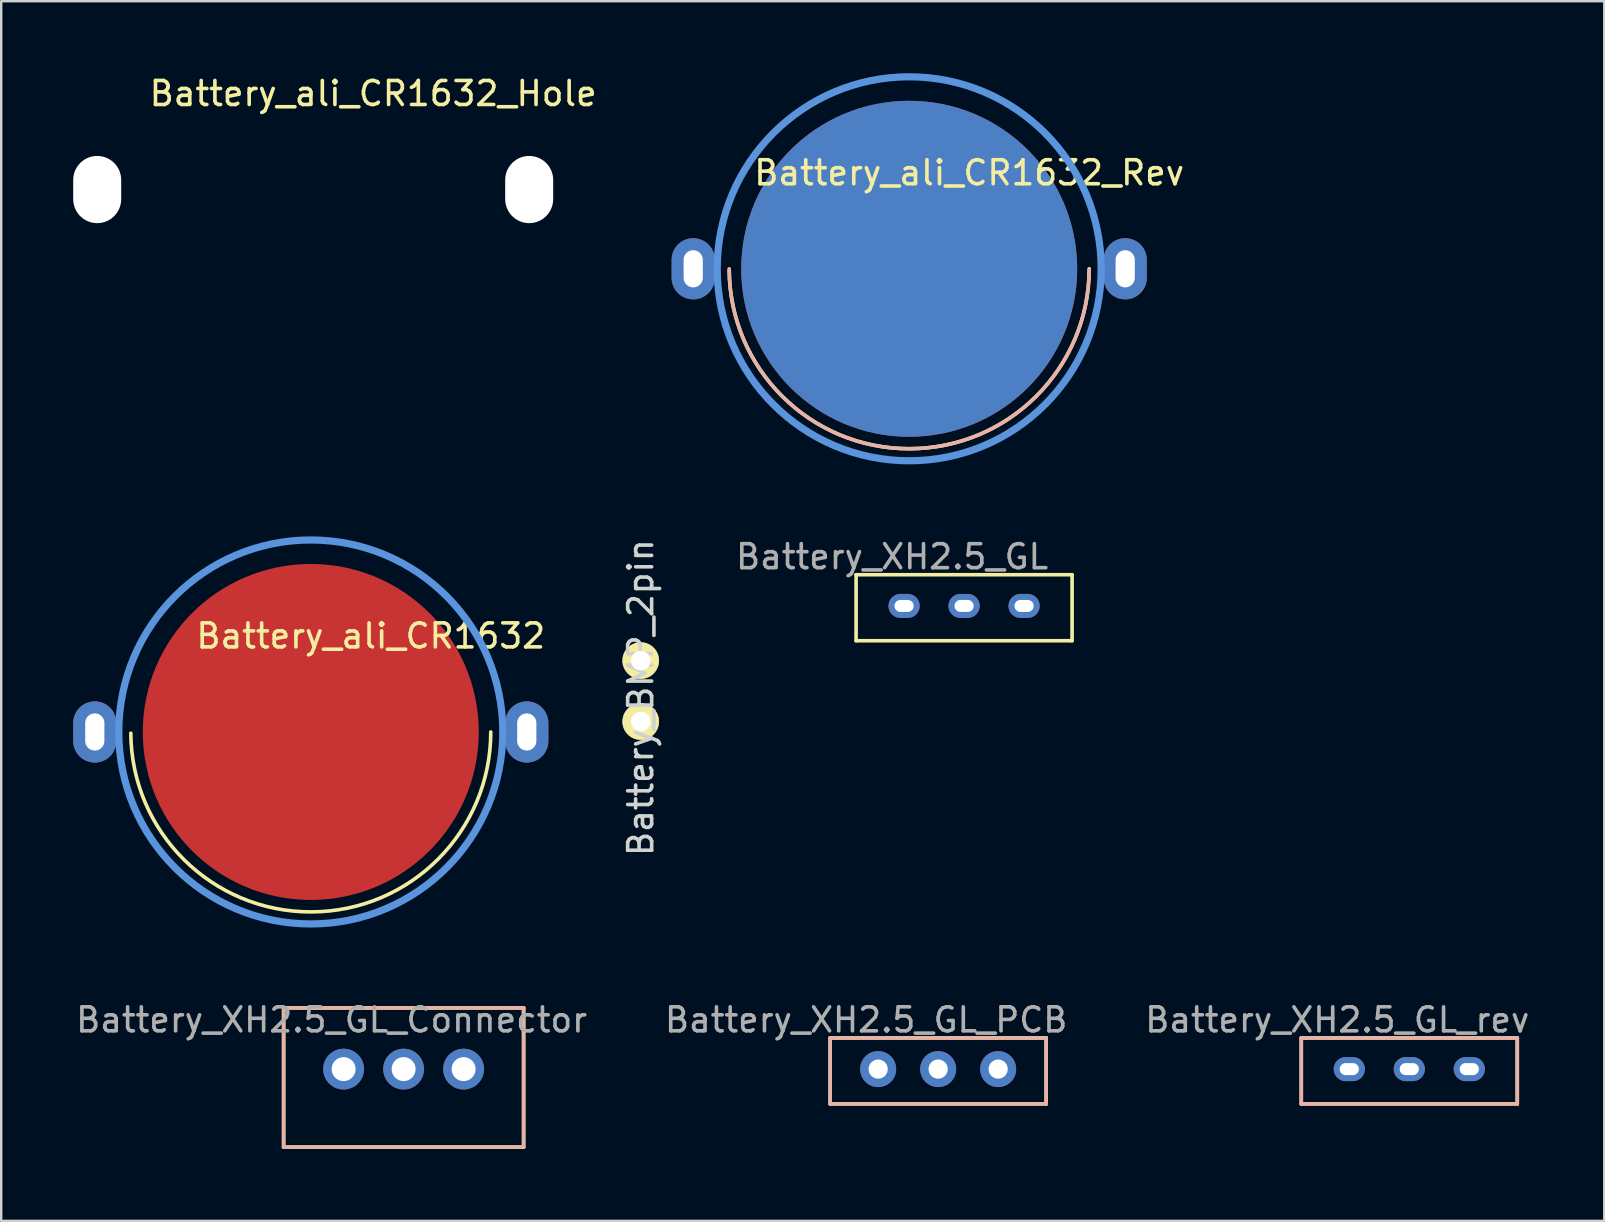
<source format=kicad_pcb>
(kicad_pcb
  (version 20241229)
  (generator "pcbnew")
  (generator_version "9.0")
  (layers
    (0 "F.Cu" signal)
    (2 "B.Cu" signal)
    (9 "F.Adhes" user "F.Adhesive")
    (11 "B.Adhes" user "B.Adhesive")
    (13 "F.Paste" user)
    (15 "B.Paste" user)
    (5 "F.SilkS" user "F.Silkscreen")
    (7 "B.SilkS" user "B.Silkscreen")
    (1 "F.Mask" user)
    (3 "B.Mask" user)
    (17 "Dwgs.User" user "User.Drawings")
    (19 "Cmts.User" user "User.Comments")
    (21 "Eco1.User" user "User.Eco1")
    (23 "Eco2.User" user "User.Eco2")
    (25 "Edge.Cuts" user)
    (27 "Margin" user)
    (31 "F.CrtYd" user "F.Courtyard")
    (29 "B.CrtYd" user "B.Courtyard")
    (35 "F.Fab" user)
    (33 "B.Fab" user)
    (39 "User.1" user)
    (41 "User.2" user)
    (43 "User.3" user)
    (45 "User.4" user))
  (footprint "Battery_ali_CR1632"
    (layer "F.Cu")
    (at 9.9 27.45)
    (property "Reference" "Battery_ali_CR1632" (at 2.5 -4 0) (layer "F.SilkS") (effects (font (size 1 1) (thickness 0.15))))
    (attr through_hole)
    (fp_arc (start 7.5 0) (mid 0.02618 7.499954) (end -7.499817 0.052359) (stroke (width 0.15) (type solid)) (layer "F.SilkS"))
    (fp_circle (center 0 0) (end 0 -8) (stroke (width 0.3) (type solid)) (fill no) (layer "Cmts.User"))
    (pad "1" thru_hole oval (at -9 0) (size 1.8 2.55) (drill oval 0.8 1.55) (layers "*.Cu" "*.Mask"))
    (pad "1" thru_hole oval (at 9 0) (size 1.8 2.55) (drill oval 0.8 1.55) (layers "*.Cu" "*.Mask"))
    (pad "2" smd circle (at 0 0) (size 14 14) (layers "F.Cu" "F.Mask")))
  (footprint "Battery_XH2.5_GL_PCB"
    (layer "F.Cu")
    (at 36.042 41.448)
    (property "Reference" "Battery_XH2.5_GL_PCB" (at -3 -2 0) (layer "F.Fab") (effects (font (size 1 1) (thickness 0.15))))
    (attr through_hole)
    (fp_line (start -4.5 -1.25) (end 4.5 -1.25) (stroke (width 0.15) (type solid)) (layer "F.SilkS"))
    (fp_line (start -4.5 1.5) (end -4.5 -1.25) (stroke (width 0.15) (type solid)) (layer "F.SilkS"))
    (fp_line (start 4.5 -1.25) (end 4.5 1.5) (stroke (width 0.15) (type solid)) (layer "F.SilkS"))
    (fp_line (start 4.5 1.5) (end -4.5 1.5) (stroke (width 0.15) (type solid)) (layer "F.SilkS"))
    (fp_line (start -4.5 -1.25) (end 4.5 -1.25) (stroke (width 0.15) (type solid)) (layer "B.SilkS"))
    (fp_line (start -4.5 1.5) (end -4.5 -1.25) (stroke (width 0.15) (type solid)) (layer "B.SilkS"))
    (fp_line (start 4.5 -1.25) (end 4.5 1.5) (stroke (width 0.15) (type solid)) (layer "B.SilkS"))
    (fp_line (start 4.5 1.5) (end -4.5 1.5) (stroke (width 0.15) (type solid)) (layer "B.SilkS"))
    (pad "1" thru_hole oval (at 0 0.05) (size 1.5 1.5) (drill oval 0.8) (layers "*.Cu" "*.Mask"))
    (pad "2" thru_hole oval (at -2.5 0.05) (size 1.5 1.5) (drill oval 0.8) (layers "*.Cu" "*.Mask"))
    (pad "2" thru_hole oval (at 2.5 0.05) (size 1.5 1.5) (drill oval 0.8) (layers "*.Cu" "*.Mask")))
  (footprint "Battery_ali_CR1632_Rev"
    (layer "F.Cu")
    (at 34.835 8.15)
    (property "Reference" "Battery_ali_CR1632_Rev" (at 2.5 -4 0) (layer "F.SilkS") (effects (font (size 1 1) (thickness 0.15))))
    (attr through_hole)
    (fp_arc (start 7.5 0) (mid 0.02618 7.499954) (end -7.499817 0.052359) (stroke (width 0.15) (type solid)) (layer "F.SilkS"))
    (fp_arc (start 7.499817 0.052359) (mid -0.02618 7.499954) (end -7.5 0) (stroke (width 0.15) (type solid)) (layer "B.SilkS"))
    (fp_circle (center 0 0) (end 0 -8) (stroke (width 0.3) (type solid)) (fill no) (layer "Cmts.User"))
    (pad "1" thru_hole oval (at -9 0) (size 1.8 2.55) (drill oval 0.8 1.55) (layers "*.Cu" "*.Mask"))
    (pad "1" thru_hole oval (at 9 0) (size 1.8 2.55) (drill oval 0.8 1.55) (layers "*.Cu" "*.Mask"))
    (pad "2" smd circle (at 0 0) (size 14 14) (layers "F.Cu" "F.Mask"))
    (pad "2" smd circle (at 0 0) (size 14 14) (layers "B.Cu" "B.Mask")))
  (footprint "Battery_XH2.5_GL"
    (layer "F.Cu")
    (at 37.122 22.148)
    (property "Reference" "Battery_XH2.5_GL" (at -3 -2 0) (layer "F.Fab") (effects (font (size 1 1) (thickness 0.15))))
    (attr through_hole)
    (fp_line (start -4.5 -1.25) (end 4.5 -1.25) (stroke (width 0.15) (type solid)) (layer "F.SilkS"))
    (fp_line (start -4.5 1.5) (end -4.5 -1.25) (stroke (width 0.15) (type solid)) (layer "F.SilkS"))
    (fp_line (start 4.5 -1.25) (end 4.5 1.5) (stroke (width 0.15) (type solid)) (layer "F.SilkS"))
    (fp_line (start 4.5 1.5) (end -4.5 1.5) (stroke (width 0.15) (type solid)) (layer "F.SilkS"))
    (pad "1" thru_hole oval (at 0 0.05) (size 1.3 1) (drill oval 0.8 0.5) (layers "*.Cu" "*.Mask"))
    (pad "2" thru_hole oval (at -2.5 0.05) (size 1.3 1) (drill oval 0.8 0.5) (layers "*.Cu" "*.Mask"))
    (pad "2" thru_hole oval (at 2.5 0.05) (size 1.3 1) (drill oval 0.8 0.5) (layers "*.Cu" "*.Mask")))
  (footprint "Battery_BMP_2pin"
    (layer "F.Cu")
    (at 23.648 26.02)
    (property "Reference" "Battery_BMP_2pin" (at 0 0 270) (layer "Edge.Cuts") (effects (font (size 1 1) (thickness 0.15))))
    (attr through_hole)
    (pad "1" thru_hole circle (at 0 -1.544) (size 1.524 1.524) (drill 0.813) (layers "*.Cu" "*.Mask" "F.SilkS"))
    (pad "2" thru_hole circle (at 0 0.996) (size 1.524 1.524) (drill 0.813) (layers "*.Cu" "*.Mask" "F.SilkS")))
  (footprint "Battery_XH2.5_GL_Connector"
    (layer "F.Cu")
    (at 13.768 41.448)
    (property "Reference" "Battery_XH2.5_GL_Connector" (at -3 -2 0) (layer "F.Fab") (effects (font (size 1 1) (thickness 0.15))))
    (attr through_hole)
    (fp_line (start -5 -2.5) (end 5 -2.5) (stroke (width 0.15) (type solid)) (layer "F.SilkS"))
    (fp_line (start -5 3.3) (end -5 -2.5) (stroke (width 0.15) (type solid)) (layer "F.SilkS"))
    (fp_line (start 5 -2.5) (end 5 3.3) (stroke (width 0.15) (type solid)) (layer "F.SilkS"))
    (fp_line (start 5 3.3) (end -5 3.3) (stroke (width 0.15) (type solid)) (layer "F.SilkS"))
    (fp_line (start -5 -2.5) (end 5 -2.5) (stroke (width 0.15) (type solid)) (layer "B.SilkS"))
    (fp_line (start -5 3.3) (end -5 -2.5) (stroke (width 0.15) (type solid)) (layer "B.SilkS"))
    (fp_line (start 5 -2.5) (end 5 3.3) (stroke (width 0.15) (type solid)) (layer "B.SilkS"))
    (fp_line (start 5 3.3) (end -5 3.3) (stroke (width 0.15) (type solid)) (layer "B.SilkS"))
    (pad "1" thru_hole oval (at 0 0.05) (size 1.7 1.7) (drill oval 1) (layers "*.Cu" "*.Mask"))
    (pad "2" thru_hole oval (at -2.5 0.05) (size 1.7 1.7) (drill oval 1) (layers "*.Cu" "*.Mask"))
    (pad "2" thru_hole oval (at 2.5 0.05) (size 1.7 1.7) (drill oval 1) (layers "*.Cu" "*.Mask")))
  (footprint "Battery_ali_CR1632_Hole"
    (layer "F.Cu")
    (at 10 4.848)
    (property "Reference" "Battery_ali_CR1632_Hole" (at 2.5 -4 0) (layer "F.SilkS") (effects (font (size 1 1) (thickness 0.15))))
    (attr through_hole)
    (pad "" np_thru_hole oval (at -9 0) (size 2 2.8) (drill oval 2 2.8) (layers "*.Cu" "*.Mask"))
    (pad "" np_thru_hole oval (at 9 0) (size 2 2.8) (drill oval 2 2.8) (layers "*.Cu" "*.Mask")))
  (footprint "Battery_XH2.5_GL_rev"
    (layer "F.Cu")
    (at 55.673 41.448)
    (property "Reference" "Battery_XH2.5_GL_rev" (at -3 -2 0) (layer "F.Fab") (effects (font (size 1 1) (thickness 0.15))))
    (attr through_hole)
    (fp_line (start -4.5 -1.25) (end 4.5 -1.25) (stroke (width 0.15) (type solid)) (layer "F.SilkS"))
    (fp_line (start -4.5 1.5) (end -4.5 -1.25) (stroke (width 0.15) (type solid)) (layer "F.SilkS"))
    (fp_line (start 4.5 -1.25) (end 4.5 1.5) (stroke (width 0.15) (type solid)) (layer "F.SilkS"))
    (fp_line (start 4.5 1.5) (end -4.5 1.5) (stroke (width 0.15) (type solid)) (layer "F.SilkS"))
    (fp_line (start -4.5 -1.25) (end 4.5 -1.25) (stroke (width 0.15) (type solid)) (layer "B.SilkS"))
    (fp_line (start -4.5 1.5) (end -4.5 -1.25) (stroke (width 0.15) (type solid)) (layer "B.SilkS"))
    (fp_line (start 4.5 -1.25) (end 4.5 1.5) (stroke (width 0.15) (type solid)) (layer "B.SilkS"))
    (fp_line (start 4.5 1.5) (end -4.5 1.5) (stroke (width 0.15) (type solid)) (layer "B.SilkS"))
    (pad "1" thru_hole oval (at 0 0.05) (size 1.3 1) (drill oval 0.8 0.5) (layers "*.Cu" "*.Mask"))
    (pad "2" thru_hole oval (at -2.5 0.05) (size 1.3 1) (drill oval 0.8 0.5) (layers "*.Cu" "*.Mask"))
    (pad "2" thru_hole oval (at 2.5 0.05) (size 1.3 1) (drill oval 0.8 0.5) (layers "*.Cu" "*.Mask")))
  (gr_rect
    (start -3 -3)
    (end 63.798 47.823)
    (stroke (width 0.1) (type default))
    (fill no)
    (layer "Edge.Cuts")))
</source>
